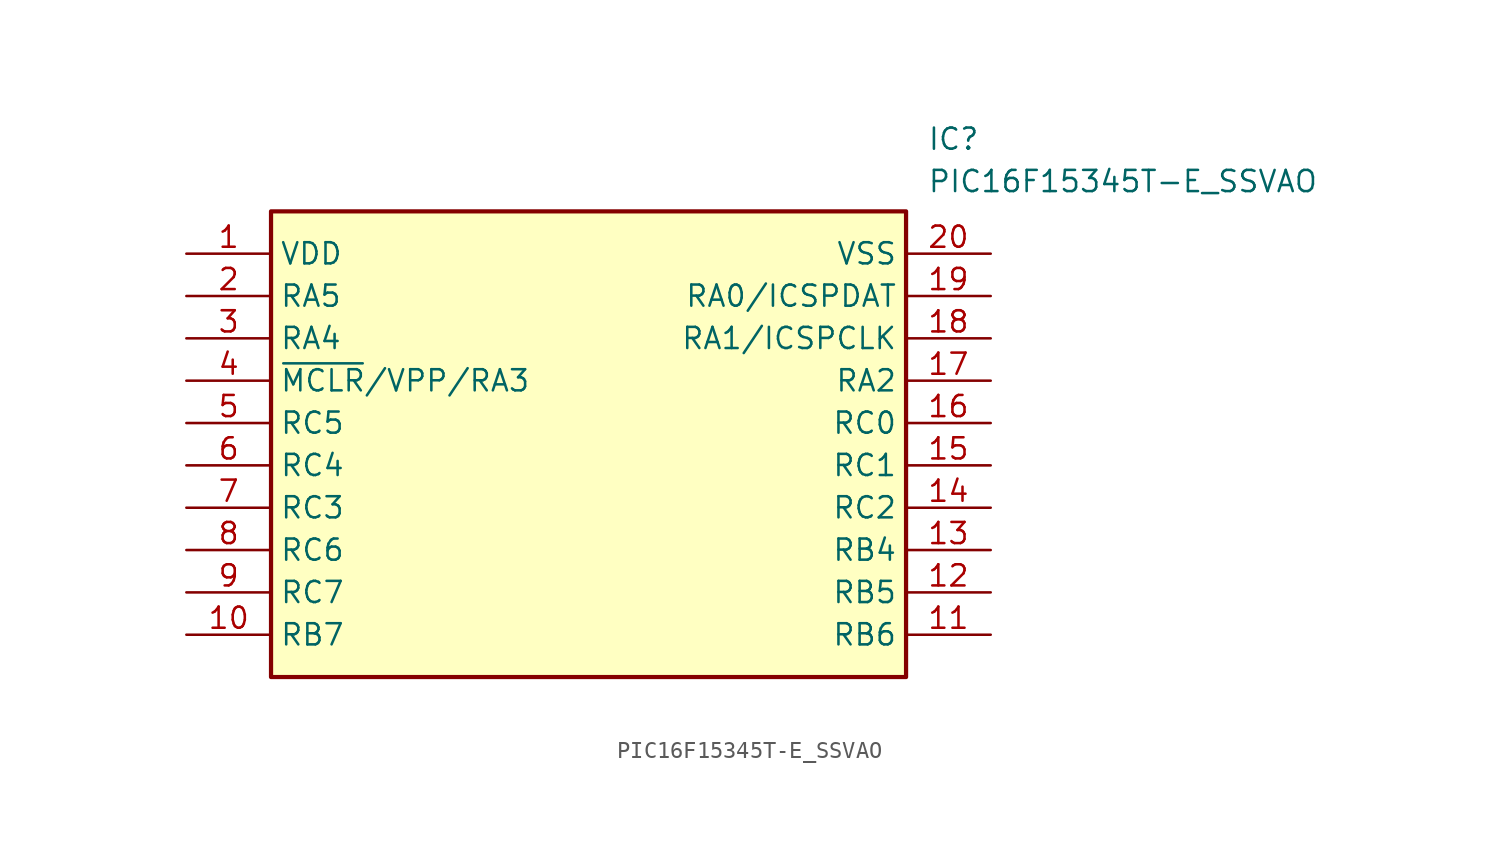
<source format=kicad_sym>
(kicad_symbol_lib
  (version 20211014)
  (generator SamacSys_ECAD_Model)
  (symbol "PIC16F15345T-E_SSVAO"
    (property "Reference" "IC"
      (at 44.45 7.62 0)
      (effects (font (size 1.27 1.27)) (justify left top)))
    (property "Value" "PIC16F15345T-E_SSVAO"
      (at 44.45 5.08 0)
      (effects (font (size 1.27 1.27)) (justify left top)))
    (rectangle
      (start 5.08 2.54)
      (end 43.18 -25.4)
      (stroke (width 0.254) (type default))
      (fill (type background)))
    (pin passive line
      (at 0 0 0)
      (length 5.08)
      (name "VDD" (effects (font (size 1.27 1.27))))
      (number "1" (effects (font (size 1.27 1.27)))))
    (pin passive line
      (at 0 -2.54 0)
      (length 5.08)
      (name "RA5" (effects (font (size 1.27 1.27))))
      (number "2" (effects (font (size 1.27 1.27)))))
    (pin passive line
      (at 0 -5.08 0)
      (length 5.08)
      (name "RA4" (effects (font (size 1.27 1.27))))
      (number "3" (effects (font (size 1.27 1.27)))))
    (pin passive line
      (at 0 -7.62 0)
      (length 5.08)
      (name "~{MCLR}/VPP/RA3" (effects (font (size 1.27 1.27))))
      (number "4" (effects (font (size 1.27 1.27)))))
    (pin passive line
      (at 0 -10.16 0)
      (length 5.08)
      (name "RC5" (effects (font (size 1.27 1.27))))
      (number "5" (effects (font (size 1.27 1.27)))))
    (pin passive line
      (at 0 -12.7 0)
      (length 5.08)
      (name "RC4" (effects (font (size 1.27 1.27))))
      (number "6" (effects (font (size 1.27 1.27)))))
    (pin passive line
      (at 0 -15.24 0)
      (length 5.08)
      (name "RC3" (effects (font (size 1.27 1.27))))
      (number "7" (effects (font (size 1.27 1.27)))))
    (pin passive line
      (at 0 -17.78 0)
      (length 5.08)
      (name "RC6" (effects (font (size 1.27 1.27))))
      (number "8" (effects (font (size 1.27 1.27)))))
    (pin passive line
      (at 0 -20.32 0)
      (length 5.08)
      (name "RC7" (effects (font (size 1.27 1.27))))
      (number "9" (effects (font (size 1.27 1.27)))))
    (pin passive line
      (at 0 -22.86 0)
      (length 5.08)
      (name "RB7" (effects (font (size 1.27 1.27))))
      (number "10" (effects (font (size 1.27 1.27)))))
    (pin passive line
      (at 48.26 0 180)
      (length 5.08)
      (name "VSS" (effects (font (size 1.27 1.27))))
      (number "20" (effects (font (size 1.27 1.27)))))
    (pin passive line
      (at 48.26 -2.54 180)
      (length 5.08)
      (name "RA0/ICSPDAT" (effects (font (size 1.27 1.27))))
      (number "19" (effects (font (size 1.27 1.27)))))
    (pin passive line
      (at 48.26 -5.08 180)
      (length 5.08)
      (name "RA1/ICSPCLK" (effects (font (size 1.27 1.27))))
      (number "18" (effects (font (size 1.27 1.27)))))
    (pin passive line
      (at 48.26 -7.62 180)
      (length 5.08)
      (name "RA2" (effects (font (size 1.27 1.27))))
      (number "17" (effects (font (size 1.27 1.27)))))
    (pin passive line
      (at 48.26 -10.16 180)
      (length 5.08)
      (name "RC0" (effects (font (size 1.27 1.27))))
      (number "16" (effects (font (size 1.27 1.27)))))
    (pin passive line
      (at 48.26 -12.7 180)
      (length 5.08)
      (name "RC1" (effects (font (size 1.27 1.27))))
      (number "15" (effects (font (size 1.27 1.27)))))
    (pin passive line
      (at 48.26 -15.24 180)
      (length 5.08)
      (name "RC2" (effects (font (size 1.27 1.27))))
      (number "14" (effects (font (size 1.27 1.27)))))
    (pin passive line
      (at 48.26 -17.78 180)
      (length 5.08)
      (name "RB4" (effects (font (size 1.27 1.27))))
      (number "13" (effects (font (size 1.27 1.27)))))
    (pin passive line
      (at 48.26 -20.32 180)
      (length 5.08)
      (name "RB5" (effects (font (size 1.27 1.27))))
      (number "12" (effects (font (size 1.27 1.27)))))
    (pin passive line
      (at 48.26 -22.86 180)
      (length 5.08)
      (name "RB6" (effects (font (size 1.27 1.27))))
      (number "11" (effects (font (size 1.27 1.27)))))))
</source>
